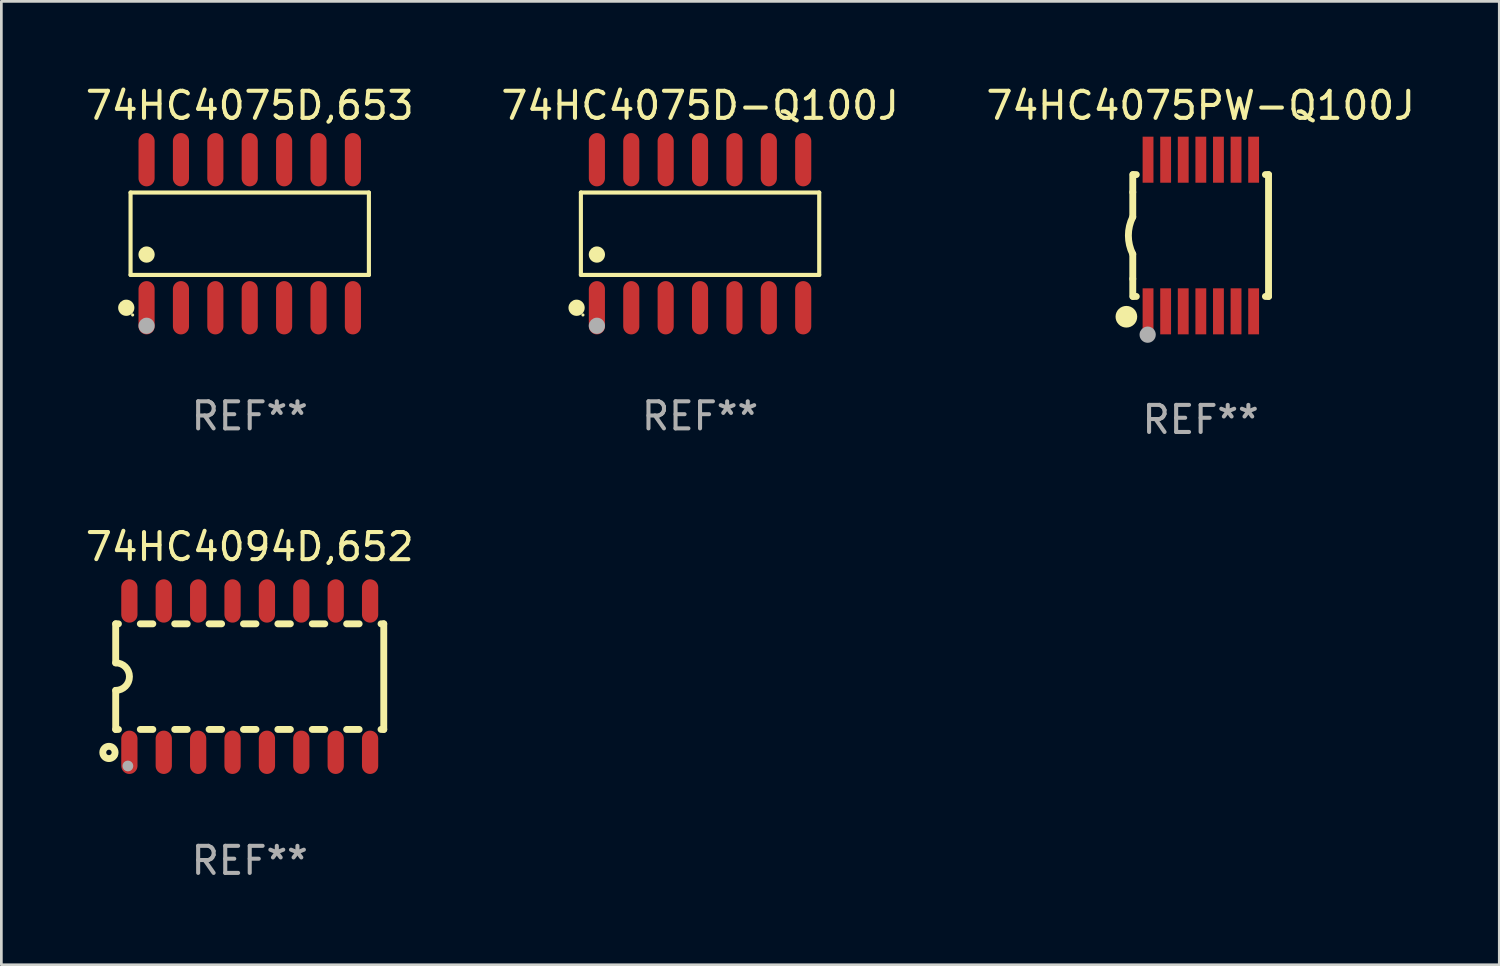
<source format=kicad_pcb>
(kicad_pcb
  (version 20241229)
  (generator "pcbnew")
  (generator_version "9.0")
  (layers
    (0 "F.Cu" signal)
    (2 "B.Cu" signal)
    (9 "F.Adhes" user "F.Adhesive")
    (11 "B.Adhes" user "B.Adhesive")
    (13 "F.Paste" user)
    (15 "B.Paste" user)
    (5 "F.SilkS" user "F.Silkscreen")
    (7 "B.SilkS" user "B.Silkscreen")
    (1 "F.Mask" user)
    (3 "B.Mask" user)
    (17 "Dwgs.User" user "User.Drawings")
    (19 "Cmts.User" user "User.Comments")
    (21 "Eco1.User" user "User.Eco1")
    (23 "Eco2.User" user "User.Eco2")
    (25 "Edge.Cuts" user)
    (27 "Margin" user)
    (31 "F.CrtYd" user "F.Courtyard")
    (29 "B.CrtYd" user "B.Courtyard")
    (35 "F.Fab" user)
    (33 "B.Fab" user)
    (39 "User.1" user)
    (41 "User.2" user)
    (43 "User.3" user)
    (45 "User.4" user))
  (footprint "74HC4094D,652"
    (layer "F.Cu")
    (at 6.173 21.939)
    (property "Reference" "74HC4094D,652" (at 0 -4.794 0) (layer "F.SilkS") (effects (font (size 1 1) (thickness 0.15))))
    (attr through_hole)
    (fp_line (start -4.95 -1.95) (end -4.95 -0.508) (stroke (width 0.254) (type solid)) (layer "F.SilkS"))
    (fp_line (start -4.95 -1.95) (end -4.849 -1.95) (stroke (width 0.254) (type solid)) (layer "F.SilkS"))
    (fp_line (start -4.95 1.95) (end -4.95 0.508) (stroke (width 0.254) (type solid)) (layer "F.SilkS"))
    (fp_line (start -4.95 1.95) (end -4.849 1.95) (stroke (width 0.254) (type solid)) (layer "F.SilkS"))
    (fp_line (start -4.041 -1.95) (end -3.579 -1.95) (stroke (width 0.254) (type solid)) (layer "F.SilkS"))
    (fp_line (start -4.041 1.95) (end -3.579 1.95) (stroke (width 0.254) (type solid)) (layer "F.SilkS"))
    (fp_line (start -2.771 -1.95) (end -2.309 -1.95) (stroke (width 0.254) (type solid)) (layer "F.SilkS"))
    (fp_line (start -2.771 1.95) (end -2.309 1.95) (stroke (width 0.254) (type solid)) (layer "F.SilkS"))
    (fp_line (start -1.501 -1.95) (end -1.039 -1.95) (stroke (width 0.254) (type solid)) (layer "F.SilkS"))
    (fp_line (start -1.501 1.95) (end -1.039 1.95) (stroke (width 0.254) (type solid)) (layer "F.SilkS"))
    (fp_line (start -0.231 -1.95) (end 0.231 -1.95) (stroke (width 0.254) (type solid)) (layer "F.SilkS"))
    (fp_line (start -0.231 1.95) (end 0.231 1.95) (stroke (width 0.254) (type solid)) (layer "F.SilkS"))
    (fp_line (start 1.039 -1.95) (end 1.501 -1.95) (stroke (width 0.254) (type solid)) (layer "F.SilkS"))
    (fp_line (start 1.039 1.95) (end 1.501 1.95) (stroke (width 0.254) (type solid)) (layer "F.SilkS"))
    (fp_line (start 2.309 -1.95) (end 2.771 -1.95) (stroke (width 0.254) (type solid)) (layer "F.SilkS"))
    (fp_line (start 2.309 1.95) (end 2.771 1.95) (stroke (width 0.254) (type solid)) (layer "F.SilkS"))
    (fp_line (start 3.579 -1.95) (end 4.041 -1.95) (stroke (width 0.254) (type solid)) (layer "F.SilkS"))
    (fp_line (start 3.579 1.95) (end 4.041 1.95) (stroke (width 0.254) (type solid)) (layer "F.SilkS"))
    (fp_line (start 4.849 -1.95) (end 4.95 -1.95) (stroke (width 0.254) (type solid)) (layer "F.SilkS"))
    (fp_line (start 4.849 1.95) (end 4.95 1.95) (stroke (width 0.254) (type solid)) (layer "F.SilkS"))
    (fp_line (start 4.95 -1.95) (end 4.95 1.95) (stroke (width 0.254) (type solid)) (layer "F.SilkS"))
    (fp_arc (start -4.95047 -0.508001) (mid -4.442469 -0.000228) (end -4.950013 0.508001) (stroke (width 0.254001) (type solid)) (layer "F.SilkS"))
    (fp_circle (center -5.2 2.8) (end -5.1 2.8) (stroke (width 0.254) (type solid)) (fill no) (layer "F.SilkS"))
    (fp_circle (center -4.95 2.947) (end -4.92 2.947) (stroke (width 0.06) (type solid)) (fill no) (layer "F.SilkS"))
    (fp_circle (center -4.5 3.3) (end -4.4 3.3) (stroke (width 0.2) (type solid)) (fill no) (layer "F.Fab"))
    (fp_text user "REF**" (at 0 6.794 0) (layer "F.Fab") (effects (font (size 1 1) (thickness 0.15))))
    (pad "1" smd oval (at -4.445 2.794) (size 0.6 1.6) (layers "F.Cu" "F.Mask" "F.Paste"))
    (pad "2" smd oval (at -3.175 2.794) (size 0.6 1.6) (layers "F.Cu" "F.Mask" "F.Paste"))
    (pad "3" smd oval (at -1.905 2.794) (size 0.6 1.6) (layers "F.Cu" "F.Mask" "F.Paste"))
    (pad "4" smd oval (at -0.635 2.794) (size 0.6 1.6) (layers "F.Cu" "F.Mask" "F.Paste"))
    (pad "5" smd oval (at 0.635 2.794) (size 0.6 1.6) (layers "F.Cu" "F.Mask" "F.Paste"))
    (pad "6" smd oval (at 1.905 2.794) (size 0.6 1.6) (layers "F.Cu" "F.Mask" "F.Paste"))
    (pad "7" smd oval (at 3.175 2.794) (size 0.6 1.6) (layers "F.Cu" "F.Mask" "F.Paste"))
    (pad "8" smd oval (at 4.445 2.794) (size 0.6 1.6) (layers "F.Cu" "F.Mask" "F.Paste"))
    (pad "9" smd oval (at 4.445 -2.794) (size 0.6 1.6) (layers "F.Cu" "F.Mask" "F.Paste"))
    (pad "10" smd oval (at 3.175 -2.794) (size 0.6 1.6) (layers "F.Cu" "F.Mask" "F.Paste"))
    (pad "11" smd oval (at 1.905 -2.794) (size 0.6 1.6) (layers "F.Cu" "F.Mask" "F.Paste"))
    (pad "12" smd oval (at 0.635 -2.794) (size 0.6 1.6) (layers "F.Cu" "F.Mask" "F.Paste"))
    (pad "13" smd oval (at -0.635 -2.794) (size 0.6 1.6) (layers "F.Cu" "F.Mask" "F.Paste"))
    (pad "14" smd oval (at -1.905 -2.794) (size 0.6 1.6) (layers "F.Cu" "F.Mask" "F.Paste"))
    (pad "15" smd oval (at -3.175 -2.794) (size 0.6 1.6) (layers "F.Cu" "F.Mask" "F.Paste"))
    (pad "16" smd oval (at -4.445 -2.794) (size 0.6 1.6) (layers "F.Cu" "F.Mask" "F.Paste")))
  (footprint "74HC4075D-Q100J"
    (layer "F.Cu")
    (at 22.804 5.582)
    (property "Reference" "74HC4075D-Q100J" (at 0 -4.734 0) (layer "F.SilkS") (effects (font (size 1 1) (thickness 0.15))))
    (attr through_hole)
    (fp_line (start -4.401 -1.521) (end 4.401 -1.521) (stroke (width 0.152) (type solid)) (layer "F.SilkS"))
    (fp_line (start -4.401 1.521) (end -4.401 -1.521) (stroke (width 0.152) (type solid)) (layer "F.SilkS"))
    (fp_line (start 4.401 -1.521) (end 4.401 1.521) (stroke (width 0.152) (type solid)) (layer "F.SilkS"))
    (fp_line (start 4.401 1.521) (end -4.401 1.521) (stroke (width 0.152) (type solid)) (layer "F.SilkS"))
    (fp_circle (center -4.56 2.734) (end -4.41 2.734) (stroke (width 0.3) (type solid)) (fill no) (layer "F.SilkS"))
    (fp_circle (center -4.325 3) (end -4.295 3) (stroke (width 0.06) (type solid)) (fill no) (layer "F.SilkS"))
    (fp_circle (center -3.81 0.769) (end -3.66 0.769) (stroke (width 0.3) (type solid)) (fill no) (layer "F.SilkS"))
    (fp_circle (center -3.81 3.4) (end -3.66 3.4) (stroke (width 0.3) (type solid)) (fill no) (layer "F.Fab"))
    (fp_text user "REF**" (at 0 6.734 0) (layer "F.Fab") (effects (font (size 1 1) (thickness 0.15))))
    (pad "1" smd oval (at -3.81 2.734) (size 0.595 1.968) (layers "F.Cu" "F.Mask" "F.Paste"))
    (pad "2" smd oval (at -2.54 2.734) (size 0.595 1.968) (layers "F.Cu" "F.Mask" "F.Paste"))
    (pad "3" smd oval (at -1.27 2.734) (size 0.595 1.968) (layers "F.Cu" "F.Mask" "F.Paste"))
    (pad "4" smd oval (at 0 2.734) (size 0.595 1.968) (layers "F.Cu" "F.Mask" "F.Paste"))
    (pad "5" smd oval (at 1.27 2.734) (size 0.595 1.968) (layers "F.Cu" "F.Mask" "F.Paste"))
    (pad "6" smd oval (at 2.54 2.734) (size 0.595 1.968) (layers "F.Cu" "F.Mask" "F.Paste"))
    (pad "7" smd oval (at 3.81 2.734) (size 0.595 1.968) (layers "F.Cu" "F.Mask" "F.Paste"))
    (pad "8" smd oval (at 3.81 -2.734) (size 0.595 1.968) (layers "F.Cu" "F.Mask" "F.Paste"))
    (pad "9" smd oval (at 2.54 -2.734) (size 0.595 1.968) (layers "F.Cu" "F.Mask" "F.Paste"))
    (pad "10" smd oval (at 1.27 -2.734) (size 0.595 1.968) (layers "F.Cu" "F.Mask" "F.Paste"))
    (pad "11" smd oval (at 0 -2.734) (size 0.595 1.968) (layers "F.Cu" "F.Mask" "F.Paste"))
    (pad "12" smd oval (at -1.27 -2.734) (size 0.595 1.968) (layers "F.Cu" "F.Mask" "F.Paste"))
    (pad "13" smd oval (at -2.54 -2.734) (size 0.595 1.968) (layers "F.Cu" "F.Mask" "F.Paste"))
    (pad "14" smd oval (at -3.81 -2.734) (size 0.595 1.968) (layers "F.Cu" "F.Mask" "F.Paste")))
  (footprint "74HC4075D,653"
    (layer "F.Cu")
    (at 6.173 5.582)
    (property "Reference" "74HC4075D,653" (at 0 -4.734 0) (layer "F.SilkS") (effects (font (size 1 1) (thickness 0.15))))
    (attr through_hole)
    (fp_line (start -4.401 -1.521) (end 4.401 -1.521) (stroke (width 0.152) (type solid)) (layer "F.SilkS"))
    (fp_line (start -4.401 1.521) (end -4.401 -1.521) (stroke (width 0.152) (type solid)) (layer "F.SilkS"))
    (fp_line (start 4.401 -1.521) (end 4.401 1.521) (stroke (width 0.152) (type solid)) (layer "F.SilkS"))
    (fp_line (start 4.401 1.521) (end -4.401 1.521) (stroke (width 0.152) (type solid)) (layer "F.SilkS"))
    (fp_circle (center -4.56 2.734) (end -4.41 2.734) (stroke (width 0.3) (type solid)) (fill no) (layer "F.SilkS"))
    (fp_circle (center -4.325 3) (end -4.295 3) (stroke (width 0.06) (type solid)) (fill no) (layer "F.SilkS"))
    (fp_circle (center -3.81 0.769) (end -3.66 0.769) (stroke (width 0.3) (type solid)) (fill no) (layer "F.SilkS"))
    (fp_circle (center -3.81 3.4) (end -3.66 3.4) (stroke (width 0.3) (type solid)) (fill no) (layer "F.Fab"))
    (fp_text user "REF**" (at 0 6.734 0) (layer "F.Fab") (effects (font (size 1 1) (thickness 0.15))))
    (pad "1" smd oval (at -3.81 2.734) (size 0.595 1.968) (layers "F.Cu" "F.Mask" "F.Paste"))
    (pad "2" smd oval (at -2.54 2.734) (size 0.595 1.968) (layers "F.Cu" "F.Mask" "F.Paste"))
    (pad "3" smd oval (at -1.27 2.734) (size 0.595 1.968) (layers "F.Cu" "F.Mask" "F.Paste"))
    (pad "4" smd oval (at 0 2.734) (size 0.595 1.968) (layers "F.Cu" "F.Mask" "F.Paste"))
    (pad "5" smd oval (at 1.27 2.734) (size 0.595 1.968) (layers "F.Cu" "F.Mask" "F.Paste"))
    (pad "6" smd oval (at 2.54 2.734) (size 0.595 1.968) (layers "F.Cu" "F.Mask" "F.Paste"))
    (pad "7" smd oval (at 3.81 2.734) (size 0.595 1.968) (layers "F.Cu" "F.Mask" "F.Paste"))
    (pad "8" smd oval (at 3.81 -2.734) (size 0.595 1.968) (layers "F.Cu" "F.Mask" "F.Paste"))
    (pad "9" smd oval (at 2.54 -2.734) (size 0.595 1.968) (layers "F.Cu" "F.Mask" "F.Paste"))
    (pad "10" smd oval (at 1.27 -2.734) (size 0.595 1.968) (layers "F.Cu" "F.Mask" "F.Paste"))
    (pad "11" smd oval (at 0 -2.734) (size 0.595 1.968) (layers "F.Cu" "F.Mask" "F.Paste"))
    (pad "12" smd oval (at -1.27 -2.734) (size 0.595 1.968) (layers "F.Cu" "F.Mask" "F.Paste"))
    (pad "13" smd oval (at -2.54 -2.734) (size 0.595 1.968) (layers "F.Cu" "F.Mask" "F.Paste"))
    (pad "14" smd oval (at -3.81 -2.734) (size 0.595 1.968) (layers "F.Cu" "F.Mask" "F.Paste")))
  (footprint "74HC4075PW-Q100J"
    (layer "F.Cu")
    (at 41.292 5.648)
    (property "Reference" "74HC4075PW-Q100J" (at 0 -4.8 0) (layer "F.SilkS") (effects (font (size 1 1) (thickness 0.15))))
    (attr through_hole)
    (fp_line (start -2.507 -1.6) (end -2.507 -2.25) (stroke (width 0.254) (type solid)) (layer "F.SilkS"))
    (fp_line (start -2.507 -0.686) (end -2.507 -1.6) (stroke (width 0.254) (type solid)) (layer "F.SilkS"))
    (fp_line (start -2.507 1.6) (end -2.507 0.686) (stroke (width 0.254) (type solid)) (layer "F.SilkS"))
    (fp_line (start -2.507 1.6) (end -2.507 2.25) (stroke (width 0.254) (type solid)) (layer "F.SilkS"))
    (fp_line (start -2.493 -2.25) (end -2.377 -2.25) (stroke (width 0.254) (type solid)) (layer "F.SilkS"))
    (fp_line (start -2.377 2.25) (end -2.493 2.25) (stroke (width 0.254) (type solid)) (layer "F.SilkS"))
    (fp_line (start 2.392 -2.25) (end 2.507 -2.25) (stroke (width 0.254) (type solid)) (layer "F.SilkS"))
    (fp_line (start 2.507 -2.25) (end 2.507 2.25) (stroke (width 0.254) (type solid)) (layer "F.SilkS"))
    (fp_line (start 2.507 2.25) (end 2.392 2.25) (stroke (width 0.254) (type solid)) (layer "F.SilkS"))
    (fp_arc (start -2.507303 0.685802) (mid -2.669199 0) (end -2.507303 -0.685801) (stroke (width 0.254001) (type solid)) (layer "F.SilkS"))
    (fp_circle (center -2.743 3) (end -2.543 3) (stroke (width 0.4) (type solid)) (fill no) (layer "F.SilkS"))
    (fp_circle (center -2.493 3.2) (end -2.463 3.2) (stroke (width 0.06) (type solid)) (fill no) (layer "F.SilkS"))
    (fp_circle (center -1.957 3.662) (end -1.807 3.662) (stroke (width 0.3) (type solid)) (fill no) (layer "F.Fab"))
    (fp_text user "REF**" (at 0 6.8 0) (layer "F.Fab") (effects (font (size 1 1) (thickness 0.15))))
    (pad "1" smd rect (at -1.943 2.8) (size 0.4 1.7) (layers "F.Cu" "F.Mask" "F.Paste"))
    (pad "2" smd rect (at -1.293 2.8) (size 0.4 1.7) (layers "F.Cu" "F.Mask" "F.Paste"))
    (pad "3" smd rect (at -0.643 2.8) (size 0.4 1.7) (layers "F.Cu" "F.Mask" "F.Paste"))
    (pad "4" smd rect (at 0.007 2.8) (size 0.4 1.7) (layers "F.Cu" "F.Mask" "F.Paste"))
    (pad "5" smd rect (at 0.657 2.8) (size 0.4 1.7) (layers "F.Cu" "F.Mask" "F.Paste"))
    (pad "6" smd rect (at 1.307 2.8) (size 0.4 1.7) (layers "F.Cu" "F.Mask" "F.Paste"))
    (pad "7" smd rect (at 1.957 2.8) (size 0.4 1.7) (layers "F.Cu" "F.Mask" "F.Paste"))
    (pad "8" smd rect (at 1.957 -2.8) (size 0.4 1.7) (layers "F.Cu" "F.Mask" "F.Paste"))
    (pad "9" smd rect (at 1.307 -2.8) (size 0.4 1.7) (layers "F.Cu" "F.Mask" "F.Paste"))
    (pad "10" smd rect (at 0.657 -2.8) (size 0.4 1.7) (layers "F.Cu" "F.Mask" "F.Paste"))
    (pad "11" smd rect (at 0.007 -2.8) (size 0.4 1.7) (layers "F.Cu" "F.Mask" "F.Paste"))
    (pad "12" smd rect (at -0.643 -2.8) (size 0.4 1.7) (layers "F.Cu" "F.Mask" "F.Paste"))
    (pad "13" smd rect (at -1.293 -2.8) (size 0.4 1.7) (layers "F.Cu" "F.Mask" "F.Paste"))
    (pad "14" smd rect (at -1.943 -2.8) (size 0.4 1.7) (layers "F.Cu" "F.Mask" "F.Paste")))
  (gr_rect
    (start -3 -3)
    (end 52.321 32.581)
    (stroke (width 0.1) (type default))
    (fill no)
    (layer "Edge.Cuts")))
</source>
